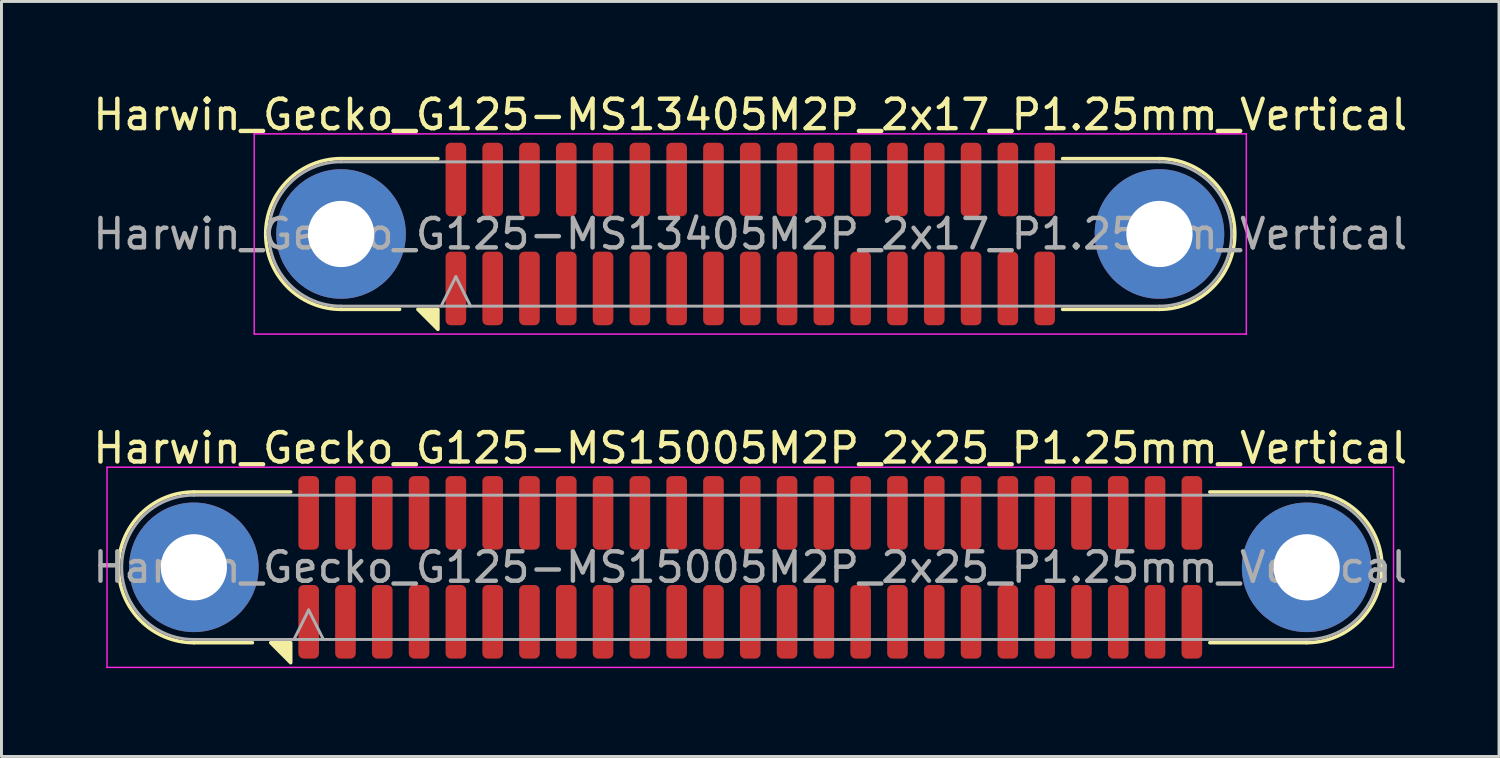
<source format=kicad_pcb>
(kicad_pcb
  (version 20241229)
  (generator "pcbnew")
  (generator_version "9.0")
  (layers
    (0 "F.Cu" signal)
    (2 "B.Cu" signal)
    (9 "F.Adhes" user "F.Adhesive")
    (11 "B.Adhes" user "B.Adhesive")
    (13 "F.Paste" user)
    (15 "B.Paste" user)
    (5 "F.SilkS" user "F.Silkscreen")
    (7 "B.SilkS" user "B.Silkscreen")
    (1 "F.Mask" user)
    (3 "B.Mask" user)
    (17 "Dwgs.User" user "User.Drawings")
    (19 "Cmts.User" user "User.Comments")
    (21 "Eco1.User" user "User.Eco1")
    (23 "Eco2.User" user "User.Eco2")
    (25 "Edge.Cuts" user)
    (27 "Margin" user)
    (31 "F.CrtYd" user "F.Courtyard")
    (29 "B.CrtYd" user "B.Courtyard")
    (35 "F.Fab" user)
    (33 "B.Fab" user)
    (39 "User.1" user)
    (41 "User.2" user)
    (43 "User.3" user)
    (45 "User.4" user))
  (footprint "Harwin_Gecko_G125-MS13405M2P_2x17_P1.25mm_Vertical"
    (layer "F.Cu")
    (at 22.435 4.898)
    (property "Reference" "Harwin_Gecko_G125-MS13405M2P_2x17_P1.25mm_Vertical" (at 0 -4.05 0) (layer "F.SilkS") (effects (font (size 1 1) (thickness 0.15))))
    (attr smd)
    (fp_line (start -11.91 2.56) (end -13.9 2.56) (stroke (width 0.12) (type solid)) (layer "F.SilkS"))
    (fp_line (start -10.61 -2.56) (end -13.9 -2.56) (stroke (width 0.12) (type solid)) (layer "F.SilkS"))
    (fp_line (start 10.61 -2.56) (end 13.9 -2.56) (stroke (width 0.12) (type solid)) (layer "F.SilkS"))
    (fp_line (start 10.61 2.56) (end 13.9 2.56) (stroke (width 0.12) (type solid)) (layer "F.SilkS"))
    (fp_arc (start -13.9 2.56) (mid -16.46 0) (end -13.9 -2.56) (stroke (width 0.12) (type solid)) (layer "F.SilkS"))
    (fp_arc (start 13.9 -2.56) (mid 16.46 0) (end 13.9 2.56) (stroke (width 0.12) (type solid)) (layer "F.SilkS"))
    (fp_poly (pts (xy -10.61 2.56) (xy -10.61 3.24) (xy -11.29 2.56)) (stroke (width 0.12) (type solid)) (fill yes) (layer "F.SilkS"))
    (fp_line (start -16.85 -3.4) (end -16.85 3.4) (stroke (width 0.05) (type solid)) (layer "F.CrtYd"))
    (fp_line (start -16.85 3.4) (end 16.85 3.4) (stroke (width 0.05) (type solid)) (layer "F.CrtYd"))
    (fp_line (start 16.85 -3.4) (end -16.85 -3.4) (stroke (width 0.05) (type solid)) (layer "F.CrtYd"))
    (fp_line (start 16.85 3.4) (end 16.85 -3.4) (stroke (width 0.05) (type solid)) (layer "F.CrtYd"))
    (fp_line (start -13.9 -2.45) (end 13.9 -2.45) (stroke (width 0.1) (type solid)) (layer "F.Fab"))
    (fp_line (start -13.9 2.45) (end 13.9 2.45) (stroke (width 0.1) (type solid)) (layer "F.Fab"))
    (fp_line (start -10.5 2.45) (end -10 1.45) (stroke (width 0.1) (type solid)) (layer "F.Fab"))
    (fp_line (start -10 1.45) (end -9.5 2.45) (stroke (width 0.1) (type solid)) (layer "F.Fab"))
    (fp_arc (start -13.9 2.45) (mid -16.35 0) (end -13.9 -2.45) (stroke (width 0.1) (type solid)) (layer "F.Fab"))
    (fp_arc (start 13.9 -2.45) (mid 16.35 0) (end 13.9 2.45) (stroke (width 0.1) (type solid)) (layer "F.Fab"))
    (fp_text user "${REFERENCE}" (at 0 0 0) (layer "F.Fab") (effects (font (size 1 1) (thickness 0.15))))
    (pad "1" smd roundrect (at -10 1.85) (size 0.7 2.5) (layers "F.Cu" "F.Mask" "F.Paste") (roundrect_rratio 0.25))
    (pad "2" smd roundrect (at -8.75 1.85) (size 0.7 2.5) (layers "F.Cu" "F.Mask" "F.Paste") (roundrect_rratio 0.25))
    (pad "3" smd roundrect (at -7.5 1.85) (size 0.7 2.5) (layers "F.Cu" "F.Mask" "F.Paste") (roundrect_rratio 0.25))
    (pad "4" smd roundrect (at -6.25 1.85) (size 0.7 2.5) (layers "F.Cu" "F.Mask" "F.Paste") (roundrect_rratio 0.25))
    (pad "5" smd roundrect (at -5 1.85) (size 0.7 2.5) (layers "F.Cu" "F.Mask" "F.Paste") (roundrect_rratio 0.25))
    (pad "6" smd roundrect (at -3.75 1.85) (size 0.7 2.5) (layers "F.Cu" "F.Mask" "F.Paste") (roundrect_rratio 0.25))
    (pad "7" smd roundrect (at -2.5 1.85) (size 0.7 2.5) (layers "F.Cu" "F.Mask" "F.Paste") (roundrect_rratio 0.25))
    (pad "8" smd roundrect (at -1.25 1.85) (size 0.7 2.5) (layers "F.Cu" "F.Mask" "F.Paste") (roundrect_rratio 0.25))
    (pad "9" smd roundrect (at 0 1.85) (size 0.7 2.5) (layers "F.Cu" "F.Mask" "F.Paste") (roundrect_rratio 0.25))
    (pad "10" smd roundrect (at 1.25 1.85) (size 0.7 2.5) (layers "F.Cu" "F.Mask" "F.Paste") (roundrect_rratio 0.25))
    (pad "11" smd roundrect (at 2.5 1.85) (size 0.7 2.5) (layers "F.Cu" "F.Mask" "F.Paste") (roundrect_rratio 0.25))
    (pad "12" smd roundrect (at 3.75 1.85) (size 0.7 2.5) (layers "F.Cu" "F.Mask" "F.Paste") (roundrect_rratio 0.25))
    (pad "13" smd roundrect (at 5 1.85) (size 0.7 2.5) (layers "F.Cu" "F.Mask" "F.Paste") (roundrect_rratio 0.25))
    (pad "14" smd roundrect (at 6.25 1.85) (size 0.7 2.5) (layers "F.Cu" "F.Mask" "F.Paste") (roundrect_rratio 0.25))
    (pad "15" smd roundrect (at 7.5 1.85) (size 0.7 2.5) (layers "F.Cu" "F.Mask" "F.Paste") (roundrect_rratio 0.25))
    (pad "16" smd roundrect (at 8.75 1.85) (size 0.7 2.5) (layers "F.Cu" "F.Mask" "F.Paste") (roundrect_rratio 0.25))
    (pad "17" smd roundrect (at 10 1.85) (size 0.7 2.5) (layers "F.Cu" "F.Mask" "F.Paste") (roundrect_rratio 0.25))
    (pad "18" smd roundrect (at -10 -1.85) (size 0.7 2.5) (layers "F.Cu" "F.Mask" "F.Paste") (roundrect_rratio 0.25))
    (pad "19" smd roundrect (at -8.75 -1.85) (size 0.7 2.5) (layers "F.Cu" "F.Mask" "F.Paste") (roundrect_rratio 0.25))
    (pad "20" smd roundrect (at -7.5 -1.85) (size 0.7 2.5) (layers "F.Cu" "F.Mask" "F.Paste") (roundrect_rratio 0.25))
    (pad "21" smd roundrect (at -6.25 -1.85) (size 0.7 2.5) (layers "F.Cu" "F.Mask" "F.Paste") (roundrect_rratio 0.25))
    (pad "22" smd roundrect (at -5 -1.85) (size 0.7 2.5) (layers "F.Cu" "F.Mask" "F.Paste") (roundrect_rratio 0.25))
    (pad "23" smd roundrect (at -3.75 -1.85) (size 0.7 2.5) (layers "F.Cu" "F.Mask" "F.Paste") (roundrect_rratio 0.25))
    (pad "24" smd roundrect (at -2.5 -1.85) (size 0.7 2.5) (layers "F.Cu" "F.Mask" "F.Paste") (roundrect_rratio 0.25))
    (pad "25" smd roundrect (at -1.25 -1.85) (size 0.7 2.5) (layers "F.Cu" "F.Mask" "F.Paste") (roundrect_rratio 0.25))
    (pad "26" smd roundrect (at 0 -1.85) (size 0.7 2.5) (layers "F.Cu" "F.Mask" "F.Paste") (roundrect_rratio 0.25))
    (pad "27" smd roundrect (at 1.25 -1.85) (size 0.7 2.5) (layers "F.Cu" "F.Mask" "F.Paste") (roundrect_rratio 0.25))
    (pad "28" smd roundrect (at 2.5 -1.85) (size 0.7 2.5) (layers "F.Cu" "F.Mask" "F.Paste") (roundrect_rratio 0.25))
    (pad "29" smd roundrect (at 3.75 -1.85) (size 0.7 2.5) (layers "F.Cu" "F.Mask" "F.Paste") (roundrect_rratio 0.25))
    (pad "30" smd roundrect (at 5 -1.85) (size 0.7 2.5) (layers "F.Cu" "F.Mask" "F.Paste") (roundrect_rratio 0.25))
    (pad "31" smd roundrect (at 6.25 -1.85) (size 0.7 2.5) (layers "F.Cu" "F.Mask" "F.Paste") (roundrect_rratio 0.25))
    (pad "32" smd roundrect (at 7.5 -1.85) (size 0.7 2.5) (layers "F.Cu" "F.Mask" "F.Paste") (roundrect_rratio 0.25))
    (pad "33" smd roundrect (at 8.75 -1.85) (size 0.7 2.5) (layers "F.Cu" "F.Mask" "F.Paste") (roundrect_rratio 0.25))
    (pad "34" smd roundrect (at 10 -1.85) (size 0.7 2.5) (layers "F.Cu" "F.Mask" "F.Paste") (roundrect_rratio 0.25))
    (pad "MP" thru_hole circle (at -13.9 0) (size 4.4 4.4) (drill 2.25) (layers "*.Cu" "*.Mask"))
    (pad "MP" thru_hole circle (at 13.9 0) (size 4.4 4.4) (drill 2.25) (layers "*.Cu" "*.Mask")))
  (footprint "Harwin_Gecko_G125-MS15005M2P_2x25_P1.25mm_Vertical"
    (layer "F.Cu")
    (at 22.435 16.221)
    (property "Reference" "Harwin_Gecko_G125-MS15005M2P_2x25_P1.25mm_Vertical" (at 0 -4.05 0) (layer "F.SilkS") (effects (font (size 1 1) (thickness 0.15))))
    (attr smd)
    (fp_line (start -16.91 2.56) (end -18.9 2.56) (stroke (width 0.12) (type solid)) (layer "F.SilkS"))
    (fp_line (start -15.61 -2.56) (end -18.9 -2.56) (stroke (width 0.12) (type solid)) (layer "F.SilkS"))
    (fp_line (start 15.61 -2.56) (end 18.9 -2.56) (stroke (width 0.12) (type solid)) (layer "F.SilkS"))
    (fp_line (start 15.61 2.56) (end 18.9 2.56) (stroke (width 0.12) (type solid)) (layer "F.SilkS"))
    (fp_arc (start -18.9 2.56) (mid -21.46 0) (end -18.9 -2.56) (stroke (width 0.12) (type solid)) (layer "F.SilkS"))
    (fp_arc (start 18.9 -2.56) (mid 21.46 0) (end 18.9 2.56) (stroke (width 0.12) (type solid)) (layer "F.SilkS"))
    (fp_poly (pts (xy -15.61 2.56) (xy -15.61 3.24) (xy -16.29 2.56)) (stroke (width 0.12) (type solid)) (fill yes) (layer "F.SilkS"))
    (fp_line (start -21.85 -3.4) (end -21.85 3.4) (stroke (width 0.05) (type solid)) (layer "F.CrtYd"))
    (fp_line (start -21.85 3.4) (end 21.85 3.4) (stroke (width 0.05) (type solid)) (layer "F.CrtYd"))
    (fp_line (start 21.85 -3.4) (end -21.85 -3.4) (stroke (width 0.05) (type solid)) (layer "F.CrtYd"))
    (fp_line (start 21.85 3.4) (end 21.85 -3.4) (stroke (width 0.05) (type solid)) (layer "F.CrtYd"))
    (fp_line (start -18.9 -2.45) (end 18.9 -2.45) (stroke (width 0.1) (type solid)) (layer "F.Fab"))
    (fp_line (start -18.9 2.45) (end 18.9 2.45) (stroke (width 0.1) (type solid)) (layer "F.Fab"))
    (fp_line (start -15.5 2.45) (end -15 1.45) (stroke (width 0.1) (type solid)) (layer "F.Fab"))
    (fp_line (start -15 1.45) (end -14.5 2.45) (stroke (width 0.1) (type solid)) (layer "F.Fab"))
    (fp_arc (start -18.9 2.45) (mid -21.35 0) (end -18.9 -2.45) (stroke (width 0.1) (type solid)) (layer "F.Fab"))
    (fp_arc (start 18.9 -2.45) (mid 21.35 0) (end 18.9 2.45) (stroke (width 0.1) (type solid)) (layer "F.Fab"))
    (fp_text user "${REFERENCE}" (at 0 0 0) (layer "F.Fab") (effects (font (size 1 1) (thickness 0.15))))
    (pad "1" smd roundrect (at -15 1.85) (size 0.7 2.5) (layers "F.Cu" "F.Mask" "F.Paste") (roundrect_rratio 0.25))
    (pad "2" smd roundrect (at -13.75 1.85) (size 0.7 2.5) (layers "F.Cu" "F.Mask" "F.Paste") (roundrect_rratio 0.25))
    (pad "3" smd roundrect (at -12.5 1.85) (size 0.7 2.5) (layers "F.Cu" "F.Mask" "F.Paste") (roundrect_rratio 0.25))
    (pad "4" smd roundrect (at -11.25 1.85) (size 0.7 2.5) (layers "F.Cu" "F.Mask" "F.Paste") (roundrect_rratio 0.25))
    (pad "5" smd roundrect (at -10 1.85) (size 0.7 2.5) (layers "F.Cu" "F.Mask" "F.Paste") (roundrect_rratio 0.25))
    (pad "6" smd roundrect (at -8.75 1.85) (size 0.7 2.5) (layers "F.Cu" "F.Mask" "F.Paste") (roundrect_rratio 0.25))
    (pad "7" smd roundrect (at -7.5 1.85) (size 0.7 2.5) (layers "F.Cu" "F.Mask" "F.Paste") (roundrect_rratio 0.25))
    (pad "8" smd roundrect (at -6.25 1.85) (size 0.7 2.5) (layers "F.Cu" "F.Mask" "F.Paste") (roundrect_rratio 0.25))
    (pad "9" smd roundrect (at -5 1.85) (size 0.7 2.5) (layers "F.Cu" "F.Mask" "F.Paste") (roundrect_rratio 0.25))
    (pad "10" smd roundrect (at -3.75 1.85) (size 0.7 2.5) (layers "F.Cu" "F.Mask" "F.Paste") (roundrect_rratio 0.25))
    (pad "11" smd roundrect (at -2.5 1.85) (size 0.7 2.5) (layers "F.Cu" "F.Mask" "F.Paste") (roundrect_rratio 0.25))
    (pad "12" smd roundrect (at -1.25 1.85) (size 0.7 2.5) (layers "F.Cu" "F.Mask" "F.Paste") (roundrect_rratio 0.25))
    (pad "13" smd roundrect (at 0 1.85) (size 0.7 2.5) (layers "F.Cu" "F.Mask" "F.Paste") (roundrect_rratio 0.25))
    (pad "14" smd roundrect (at 1.25 1.85) (size 0.7 2.5) (layers "F.Cu" "F.Mask" "F.Paste") (roundrect_rratio 0.25))
    (pad "15" smd roundrect (at 2.5 1.85) (size 0.7 2.5) (layers "F.Cu" "F.Mask" "F.Paste") (roundrect_rratio 0.25))
    (pad "16" smd roundrect (at 3.75 1.85) (size 0.7 2.5) (layers "F.Cu" "F.Mask" "F.Paste") (roundrect_rratio 0.25))
    (pad "17" smd roundrect (at 5 1.85) (size 0.7 2.5) (layers "F.Cu" "F.Mask" "F.Paste") (roundrect_rratio 0.25))
    (pad "18" smd roundrect (at 6.25 1.85) (size 0.7 2.5) (layers "F.Cu" "F.Mask" "F.Paste") (roundrect_rratio 0.25))
    (pad "19" smd roundrect (at 7.5 1.85) (size 0.7 2.5) (layers "F.Cu" "F.Mask" "F.Paste") (roundrect_rratio 0.25))
    (pad "20" smd roundrect (at 8.75 1.85) (size 0.7 2.5) (layers "F.Cu" "F.Mask" "F.Paste") (roundrect_rratio 0.25))
    (pad "21" smd roundrect (at 10 1.85) (size 0.7 2.5) (layers "F.Cu" "F.Mask" "F.Paste") (roundrect_rratio 0.25))
    (pad "22" smd roundrect (at 11.25 1.85) (size 0.7 2.5) (layers "F.Cu" "F.Mask" "F.Paste") (roundrect_rratio 0.25))
    (pad "23" smd roundrect (at 12.5 1.85) (size 0.7 2.5) (layers "F.Cu" "F.Mask" "F.Paste") (roundrect_rratio 0.25))
    (pad "24" smd roundrect (at 13.75 1.85) (size 0.7 2.5) (layers "F.Cu" "F.Mask" "F.Paste") (roundrect_rratio 0.25))
    (pad "25" smd roundrect (at 15 1.85) (size 0.7 2.5) (layers "F.Cu" "F.Mask" "F.Paste") (roundrect_rratio 0.25))
    (pad "26" smd roundrect (at -15 -1.85) (size 0.7 2.5) (layers "F.Cu" "F.Mask" "F.Paste") (roundrect_rratio 0.25))
    (pad "27" smd roundrect (at -13.75 -1.85) (size 0.7 2.5) (layers "F.Cu" "F.Mask" "F.Paste") (roundrect_rratio 0.25))
    (pad "28" smd roundrect (at -12.5 -1.85) (size 0.7 2.5) (layers "F.Cu" "F.Mask" "F.Paste") (roundrect_rratio 0.25))
    (pad "29" smd roundrect (at -11.25 -1.85) (size 0.7 2.5) (layers "F.Cu" "F.Mask" "F.Paste") (roundrect_rratio 0.25))
    (pad "30" smd roundrect (at -10 -1.85) (size 0.7 2.5) (layers "F.Cu" "F.Mask" "F.Paste") (roundrect_rratio 0.25))
    (pad "31" smd roundrect (at -8.75 -1.85) (size 0.7 2.5) (layers "F.Cu" "F.Mask" "F.Paste") (roundrect_rratio 0.25))
    (pad "32" smd roundrect (at -7.5 -1.85) (size 0.7 2.5) (layers "F.Cu" "F.Mask" "F.Paste") (roundrect_rratio 0.25))
    (pad "33" smd roundrect (at -6.25 -1.85) (size 0.7 2.5) (layers "F.Cu" "F.Mask" "F.Paste") (roundrect_rratio 0.25))
    (pad "34" smd roundrect (at -5 -1.85) (size 0.7 2.5) (layers "F.Cu" "F.Mask" "F.Paste") (roundrect_rratio 0.25))
    (pad "35" smd roundrect (at -3.75 -1.85) (size 0.7 2.5) (layers "F.Cu" "F.Mask" "F.Paste") (roundrect_rratio 0.25))
    (pad "36" smd roundrect (at -2.5 -1.85) (size 0.7 2.5) (layers "F.Cu" "F.Mask" "F.Paste") (roundrect_rratio 0.25))
    (pad "37" smd roundrect (at -1.25 -1.85) (size 0.7 2.5) (layers "F.Cu" "F.Mask" "F.Paste") (roundrect_rratio 0.25))
    (pad "38" smd roundrect (at 0 -1.85) (size 0.7 2.5) (layers "F.Cu" "F.Mask" "F.Paste") (roundrect_rratio 0.25))
    (pad "39" smd roundrect (at 1.25 -1.85) (size 0.7 2.5) (layers "F.Cu" "F.Mask" "F.Paste") (roundrect_rratio 0.25))
    (pad "40" smd roundrect (at 2.5 -1.85) (size 0.7 2.5) (layers "F.Cu" "F.Mask" "F.Paste") (roundrect_rratio 0.25))
    (pad "41" smd roundrect (at 3.75 -1.85) (size 0.7 2.5) (layers "F.Cu" "F.Mask" "F.Paste") (roundrect_rratio 0.25))
    (pad "42" smd roundrect (at 5 -1.85) (size 0.7 2.5) (layers "F.Cu" "F.Mask" "F.Paste") (roundrect_rratio 0.25))
    (pad "43" smd roundrect (at 6.25 -1.85) (size 0.7 2.5) (layers "F.Cu" "F.Mask" "F.Paste") (roundrect_rratio 0.25))
    (pad "44" smd roundrect (at 7.5 -1.85) (size 0.7 2.5) (layers "F.Cu" "F.Mask" "F.Paste") (roundrect_rratio 0.25))
    (pad "45" smd roundrect (at 8.75 -1.85) (size 0.7 2.5) (layers "F.Cu" "F.Mask" "F.Paste") (roundrect_rratio 0.25))
    (pad "46" smd roundrect (at 10 -1.85) (size 0.7 2.5) (layers "F.Cu" "F.Mask" "F.Paste") (roundrect_rratio 0.25))
    (pad "47" smd roundrect (at 11.25 -1.85) (size 0.7 2.5) (layers "F.Cu" "F.Mask" "F.Paste") (roundrect_rratio 0.25))
    (pad "48" smd roundrect (at 12.5 -1.85) (size 0.7 2.5) (layers "F.Cu" "F.Mask" "F.Paste") (roundrect_rratio 0.25))
    (pad "49" smd roundrect (at 13.75 -1.85) (size 0.7 2.5) (layers "F.Cu" "F.Mask" "F.Paste") (roundrect_rratio 0.25))
    (pad "50" smd roundrect (at 15 -1.85) (size 0.7 2.5) (layers "F.Cu" "F.Mask" "F.Paste") (roundrect_rratio 0.25))
    (pad "MP" thru_hole circle (at -18.9 0) (size 4.4 4.4) (drill 2.25) (layers "*.Cu" "*.Mask"))
    (pad "MP" thru_hole circle (at 18.9 0) (size 4.4 4.4) (drill 2.25) (layers "*.Cu" "*.Mask")))
  (gr_rect
    (start -3 -3)
    (end 47.869 22.646)
    (stroke (width 0.1) (type default))
    (fill no)
    (layer "Edge.Cuts")))
</source>
